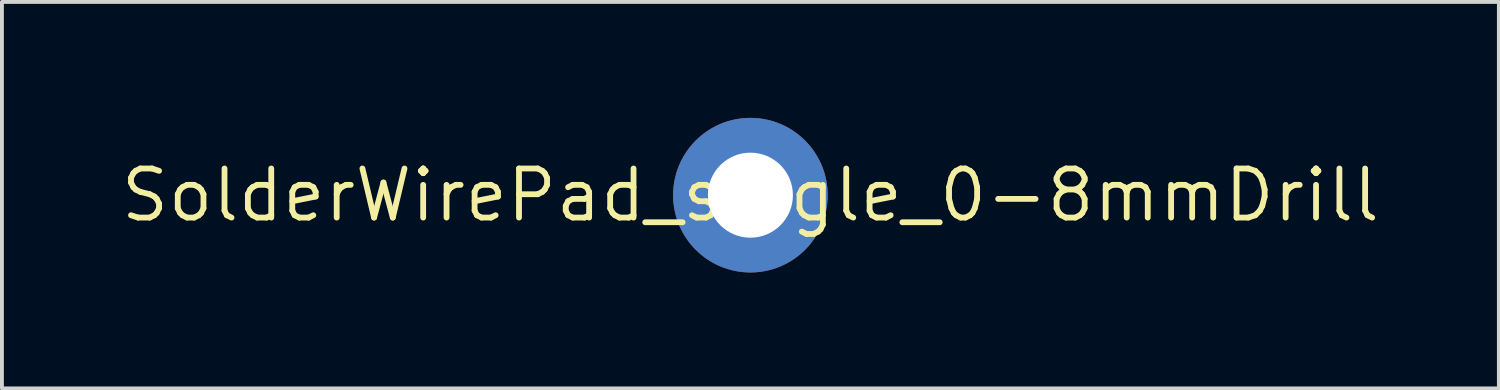
<source format=kicad_pcb>
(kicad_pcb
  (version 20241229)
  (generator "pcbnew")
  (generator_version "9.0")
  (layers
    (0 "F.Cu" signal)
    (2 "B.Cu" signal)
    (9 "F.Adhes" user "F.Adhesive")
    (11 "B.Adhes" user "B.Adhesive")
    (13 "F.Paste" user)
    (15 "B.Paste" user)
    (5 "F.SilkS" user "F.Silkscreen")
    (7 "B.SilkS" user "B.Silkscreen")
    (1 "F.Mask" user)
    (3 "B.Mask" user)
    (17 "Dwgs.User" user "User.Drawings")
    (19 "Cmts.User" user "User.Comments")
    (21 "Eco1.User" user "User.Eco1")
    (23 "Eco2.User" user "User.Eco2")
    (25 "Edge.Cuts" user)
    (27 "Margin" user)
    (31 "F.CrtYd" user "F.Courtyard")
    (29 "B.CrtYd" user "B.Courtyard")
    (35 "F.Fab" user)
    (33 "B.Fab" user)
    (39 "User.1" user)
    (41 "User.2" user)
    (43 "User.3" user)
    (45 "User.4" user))
  (footprint "SolderWirePad_single_0-8mmDrill"
    (layer "F.Cu")
    (at 16.366 2)
    (property "Reference" "SolderWirePad_single_0-8mmDrill" (at 0 0 0) (layer "F.SilkS") (effects (font (size 1.27 1.27) (thickness 0.15))))
    (attr through_hole)
    (pad "" thru_hole circle (at 0 0) (size 4 4) (drill 2.2) (layers "*.Cu" "*.Mask")))
  (gr_rect
    (start -3 -3)
    (end 35.732 7)
    (stroke (width 0.1) (type default))
    (fill no)
    (layer "Edge.Cuts")))
</source>
